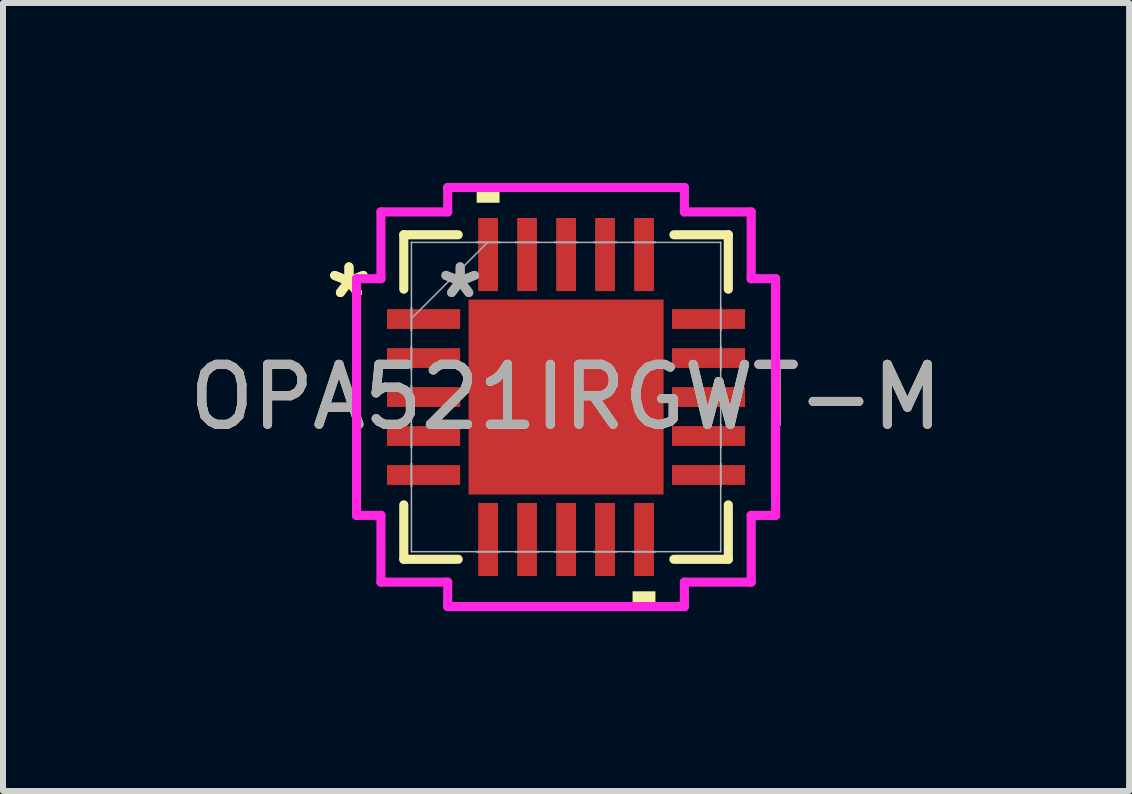
<source format=kicad_pcb>
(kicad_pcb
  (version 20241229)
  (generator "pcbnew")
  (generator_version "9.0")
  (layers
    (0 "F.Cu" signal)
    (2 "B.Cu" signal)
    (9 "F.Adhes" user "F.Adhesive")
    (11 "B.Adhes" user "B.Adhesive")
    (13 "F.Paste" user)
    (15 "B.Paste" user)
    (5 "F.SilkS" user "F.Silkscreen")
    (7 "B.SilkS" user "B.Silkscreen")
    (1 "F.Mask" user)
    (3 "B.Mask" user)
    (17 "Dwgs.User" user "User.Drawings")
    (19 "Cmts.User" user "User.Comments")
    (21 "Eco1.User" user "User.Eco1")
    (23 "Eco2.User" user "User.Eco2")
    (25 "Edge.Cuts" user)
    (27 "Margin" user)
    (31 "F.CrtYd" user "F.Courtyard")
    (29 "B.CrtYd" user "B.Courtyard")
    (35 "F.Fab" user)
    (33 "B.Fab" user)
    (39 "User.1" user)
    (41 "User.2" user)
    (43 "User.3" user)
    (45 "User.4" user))
  (footprint "OPA521IRGWT-M"
    (layer "F.Cu")
    (at 6.387 3.569)
    (property "Reference" "OPA521IRGWT-M" (at 0 0 0) (unlocked yes) (layer "F.SilkS") (effects (font (size 1 1) (thickness 0.15))))
    (attr smd)
    (fp_poly (pts (xy -1.689 -1.689) (xy -1.381 -1.689) (xy -1.381 1.689) (xy -1.689 1.689)) (stroke (width 0) (type solid)) (fill yes) (layer "F.Mask"))
    (fp_poly (pts (xy -1.689 -1.689) (xy 1.689 -1.689) (xy 1.689 -1.381) (xy -1.689 -1.381)) (stroke (width 0) (type solid)) (fill yes) (layer "F.Mask"))
    (fp_poly (pts (xy -1.689 -0.981) (xy 1.689 -0.981) (xy 1.689 -0.594) (xy -1.689 -0.594)) (stroke (width 0) (type solid)) (fill yes) (layer "F.Mask"))
    (fp_poly (pts (xy -1.689 -0.194) (xy 1.689 -0.194) (xy 1.689 0.194) (xy -1.689 0.194)) (stroke (width 0) (type solid)) (fill yes) (layer "F.Mask"))
    (fp_poly (pts (xy -1.689 0.594) (xy 1.689 0.594) (xy 1.689 0.981) (xy -1.689 0.981)) (stroke (width 0) (type solid)) (fill yes) (layer "F.Mask"))
    (fp_poly (pts (xy -1.689 1.381) (xy 1.689 1.381) (xy 1.689 1.689) (xy -1.689 1.689)) (stroke (width 0) (type solid)) (fill yes) (layer "F.Mask"))
    (fp_poly (pts (xy -0.594 -1.689) (xy -0.981 -1.689) (xy -0.981 1.689) (xy -0.594 1.689)) (stroke (width 0) (type solid)) (fill yes) (layer "F.Mask"))
    (fp_poly (pts (xy 0.194 -1.689) (xy -0.194 -1.689) (xy -0.194 1.689) (xy 0.194 1.689)) (stroke (width 0) (type solid)) (fill yes) (layer "F.Mask"))
    (fp_poly (pts (xy 0.981 -1.689) (xy 0.594 -1.689) (xy 0.594 1.689) (xy 0.981 1.689)) (stroke (width 0) (type solid)) (fill yes) (layer "F.Mask"))
    (fp_poly (pts (xy 1.381 -1.689) (xy 1.689 -1.689) (xy 1.689 1.689) (xy 1.381 1.689)) (stroke (width 0) (type solid)) (fill yes) (layer "F.Mask"))
    (fp_line (start -2.705 -2.705) (end -2.705 -1.798) (stroke (width 0.152) (type solid)) (layer "F.SilkS"))
    (fp_line (start -2.705 1.798) (end -2.705 2.705) (stroke (width 0.152) (type solid)) (layer "F.SilkS"))
    (fp_line (start -2.705 2.705) (end -1.798 2.705) (stroke (width 0.152) (type solid)) (layer "F.SilkS"))
    (fp_line (start -1.798 -2.705) (end -2.705 -2.705) (stroke (width 0.152) (type solid)) (layer "F.SilkS"))
    (fp_line (start 1.798 2.705) (end 2.705 2.705) (stroke (width 0.152) (type solid)) (layer "F.SilkS"))
    (fp_line (start 2.705 -2.705) (end 1.798 -2.705) (stroke (width 0.152) (type solid)) (layer "F.SilkS"))
    (fp_line (start 2.705 -1.798) (end 2.705 -2.705) (stroke (width 0.152) (type solid)) (layer "F.SilkS"))
    (fp_line (start 2.705 2.705) (end 2.705 1.798) (stroke (width 0.152) (type solid)) (layer "F.SilkS"))
    (fp_poly (pts (xy -1.49 -3.239) (xy -1.49 -3.493) (xy -1.109 -3.493) (xy -1.109 -3.239)) (stroke (width 0) (type solid)) (fill yes) (layer "F.SilkS"))
    (fp_poly (pts (xy 1.109 3.239) (xy 1.109 3.493) (xy 1.49 3.493) (xy 1.49 3.239)) (stroke (width 0) (type solid)) (fill yes) (layer "F.SilkS"))
    (fp_poly (pts (xy -1.551 -1.551) (xy -1.551 -1.281) (xy -1.423 -1.281) (xy -1.281 -1.423) (xy -1.281 -1.551)) (stroke (width 0) (type solid)) (fill yes) (layer "F.Paste"))
    (fp_poly (pts (xy -1.551 1.281) (xy -1.551 1.551) (xy -1.281 1.551) (xy -1.281 1.423) (xy -1.423 1.281)) (stroke (width 0) (type solid)) (fill yes) (layer "F.Paste"))
    (fp_poly (pts (xy 1.281 -1.551) (xy 1.281 -1.423) (xy 1.423 -1.281) (xy 1.551 -1.281) (xy 1.551 -1.551)) (stroke (width 0) (type solid)) (fill yes) (layer "F.Paste"))
    (fp_poly (pts (xy 1.423 1.281) (xy 1.281 1.423) (xy 1.281 1.551) (xy 1.551 1.551) (xy 1.551 1.281)) (stroke (width 0) (type solid)) (fill yes) (layer "F.Paste"))
    (fp_poly (pts (xy -1.551 -1.081) (xy -1.551 -0.494) (xy -1.423 -0.494) (xy -1.281 -0.635) (xy -1.281 -0.94) (xy -1.423 -1.081)) (stroke (width 0) (type solid)) (fill yes) (layer "F.Paste"))
    (fp_poly (pts (xy -1.551 -0.294) (xy -1.551 0.294) (xy -1.423 0.294) (xy -1.281 0.152) (xy -1.281 -0.152) (xy -1.423 -0.294)) (stroke (width 0) (type solid)) (fill yes) (layer "F.Paste"))
    (fp_poly (pts (xy -1.551 0.494) (xy -1.551 1.081) (xy -1.423 1.081) (xy -1.281 0.94) (xy -1.281 0.635) (xy -1.423 0.494)) (stroke (width 0) (type solid)) (fill yes) (layer "F.Paste"))
    (fp_poly (pts (xy -1.081 -1.551) (xy -1.081 -1.423) (xy -0.94 -1.281) (xy -0.635 -1.281) (xy -0.494 -1.423) (xy -0.494 -1.551)) (stroke (width 0) (type solid)) (fill yes) (layer "F.Paste"))
    (fp_poly (pts (xy -0.94 1.281) (xy -1.081 1.423) (xy -1.081 1.551) (xy -0.494 1.551) (xy -0.494 1.423) (xy -0.635 1.281)) (stroke (width 0) (type solid)) (fill yes) (layer "F.Paste"))
    (fp_poly (pts (xy -0.294 -1.551) (xy -0.294 -1.423) (xy -0.152 -1.281) (xy 0.152 -1.281) (xy 0.294 -1.423) (xy 0.294 -1.551)) (stroke (width 0) (type solid)) (fill yes) (layer "F.Paste"))
    (fp_poly (pts (xy -0.152 1.281) (xy -0.294 1.423) (xy -0.294 1.551) (xy 0.294 1.551) (xy 0.294 1.423) (xy 0.152 1.281)) (stroke (width 0) (type solid)) (fill yes) (layer "F.Paste"))
    (fp_poly (pts (xy 0.494 -1.551) (xy 0.494 -1.423) (xy 0.635 -1.281) (xy 0.94 -1.281) (xy 1.081 -1.423) (xy 1.081 -1.551)) (stroke (width 0) (type solid)) (fill yes) (layer "F.Paste"))
    (fp_poly (pts (xy 0.635 1.281) (xy 0.494 1.423) (xy 0.494 1.551) (xy 1.081 1.551) (xy 1.081 1.423) (xy 0.94 1.281)) (stroke (width 0) (type solid)) (fill yes) (layer "F.Paste"))
    (fp_poly (pts (xy 1.423 -1.081) (xy 1.281 -0.94) (xy 1.281 -0.635) (xy 1.423 -0.494) (xy 1.551 -0.494) (xy 1.551 -1.081)) (stroke (width 0) (type solid)) (fill yes) (layer "F.Paste"))
    (fp_poly (pts (xy 1.423 -0.294) (xy 1.281 -0.152) (xy 1.281 0.152) (xy 1.423 0.294) (xy 1.551 0.294) (xy 1.551 -0.294)) (stroke (width 0) (type solid)) (fill yes) (layer "F.Paste"))
    (fp_poly (pts (xy 1.423 0.494) (xy 1.281 0.635) (xy 1.281 0.94) (xy 1.423 1.081) (xy 1.551 1.081) (xy 1.551 0.494)) (stroke (width 0) (type solid)) (fill yes) (layer "F.Paste"))
    (fp_poly (pts (xy -0.94 -1.081) (xy -1.081 -0.94) (xy -1.081 -0.635) (xy -0.94 -0.494) (xy -0.635 -0.494) (xy -0.494 -0.635) (xy -0.494 -0.94) (xy -0.635 -1.081)) (stroke (width 0) (type solid)) (fill yes) (layer "F.Paste"))
    (fp_poly (pts (xy -0.94 -0.294) (xy -1.081 -0.152) (xy -1.081 0.152) (xy -0.94 0.294) (xy -0.635 0.294) (xy -0.494 0.152) (xy -0.494 -0.152) (xy -0.635 -0.294)) (stroke (width 0) (type solid)) (fill yes) (layer "F.Paste"))
    (fp_poly (pts (xy -0.94 0.494) (xy -1.081 0.635) (xy -1.081 0.94) (xy -0.94 1.081) (xy -0.635 1.081) (xy -0.494 0.94) (xy -0.494 0.635) (xy -0.635 0.494)) (stroke (width 0) (type solid)) (fill yes) (layer "F.Paste"))
    (fp_poly (pts (xy -0.152 -1.081) (xy -0.294 -0.94) (xy -0.294 -0.635) (xy -0.152 -0.494) (xy 0.152 -0.494) (xy 0.294 -0.635) (xy 0.294 -0.94) (xy 0.152 -1.081)) (stroke (width 0) (type solid)) (fill yes) (layer "F.Paste"))
    (fp_poly (pts (xy -0.152 -0.294) (xy -0.294 -0.152) (xy -0.294 0.152) (xy -0.152 0.294) (xy 0.152 0.294) (xy 0.294 0.152) (xy 0.294 -0.152) (xy 0.152 -0.294)) (stroke (width 0) (type solid)) (fill yes) (layer "F.Paste"))
    (fp_poly (pts (xy -0.152 0.494) (xy -0.294 0.635) (xy -0.294 0.94) (xy -0.152 1.081) (xy 0.152 1.081) (xy 0.294 0.94) (xy 0.294 0.635) (xy 0.152 0.494)) (stroke (width 0) (type solid)) (fill yes) (layer "F.Paste"))
    (fp_poly (pts (xy 0.635 -1.081) (xy 0.494 -0.94) (xy 0.494 -0.635) (xy 0.635 -0.494) (xy 0.94 -0.494) (xy 1.081 -0.635) (xy 1.081 -0.94) (xy 0.94 -1.081)) (stroke (width 0) (type solid)) (fill yes) (layer "F.Paste"))
    (fp_poly (pts (xy 0.635 -0.294) (xy 0.494 -0.152) (xy 0.494 0.152) (xy 0.635 0.294) (xy 0.94 0.294) (xy 1.081 0.152) (xy 1.081 -0.152) (xy 0.94 -0.294)) (stroke (width 0) (type solid)) (fill yes) (layer "F.Paste"))
    (fp_poly (pts (xy 0.635 0.494) (xy 0.494 0.635) (xy 0.494 0.94) (xy 0.635 1.081) (xy 0.94 1.081) (xy 1.081 0.94) (xy 1.081 0.635) (xy 0.94 0.494)) (stroke (width 0) (type solid)) (fill yes) (layer "F.Paste"))
    (fp_circle (center -1.181 -1.181) (end -0.8 -1.181) (stroke (width 0.254) (type solid)) (fill no) (layer "Eco1.User"))
    (fp_circle (center -1.181 -0.394) (end -0.8 -0.394) (stroke (width 0.254) (type solid)) (fill no) (layer "Eco1.User"))
    (fp_circle (center -1.181 0.394) (end -0.8 0.394) (stroke (width 0.254) (type solid)) (fill no) (layer "Eco1.User"))
    (fp_circle (center -1.181 1.181) (end -0.8 1.181) (stroke (width 0.254) (type solid)) (fill no) (layer "Eco1.User"))
    (fp_circle (center -0.394 -1.181) (end -0.013 -1.181) (stroke (width 0.254) (type solid)) (fill no) (layer "Eco1.User"))
    (fp_circle (center -0.394 -0.394) (end -0.013 -0.394) (stroke (width 0.254) (type solid)) (fill no) (layer "Eco1.User"))
    (fp_circle (center -0.394 0.394) (end -0.013 0.394) (stroke (width 0.254) (type solid)) (fill no) (layer "Eco1.User"))
    (fp_circle (center -0.394 1.181) (end -0.013 1.181) (stroke (width 0.254) (type solid)) (fill no) (layer "Eco1.User"))
    (fp_circle (center 0.394 -1.181) (end 0.775 -1.181) (stroke (width 0.254) (type solid)) (fill no) (layer "Eco1.User"))
    (fp_circle (center 0.394 -0.394) (end 0.775 -0.394) (stroke (width 0.254) (type solid)) (fill no) (layer "Eco1.User"))
    (fp_circle (center 0.394 0.394) (end 0.775 0.394) (stroke (width 0.254) (type solid)) (fill no) (layer "Eco1.User"))
    (fp_circle (center 0.394 1.181) (end 0.775 1.181) (stroke (width 0.254) (type solid)) (fill no) (layer "Eco1.User"))
    (fp_circle (center 1.181 -1.181) (end 1.562 -1.181) (stroke (width 0.254) (type solid)) (fill no) (layer "Eco1.User"))
    (fp_circle (center 1.181 -0.394) (end 1.562 -0.394) (stroke (width 0.254) (type solid)) (fill no) (layer "Eco1.User"))
    (fp_circle (center 1.181 0.394) (end 1.562 0.394) (stroke (width 0.254) (type solid)) (fill no) (layer "Eco1.User"))
    (fp_circle (center 1.181 1.181) (end 1.562 1.181) (stroke (width 0.254) (type solid)) (fill no) (layer "Eco1.User"))
    (fp_line (start -3.493 -1.973) (end -3.086 -1.973) (stroke (width 0.152) (type solid)) (layer "F.CrtYd"))
    (fp_line (start -3.493 1.973) (end -3.493 -1.973) (stroke (width 0.152) (type solid)) (layer "F.CrtYd"))
    (fp_line (start -3.086 -3.086) (end -1.973 -3.086) (stroke (width 0.152) (type solid)) (layer "F.CrtYd"))
    (fp_line (start -3.086 -1.973) (end -3.086 -3.086) (stroke (width 0.152) (type solid)) (layer "F.CrtYd"))
    (fp_line (start -3.086 1.973) (end -3.493 1.973) (stroke (width 0.152) (type solid)) (layer "F.CrtYd"))
    (fp_line (start -3.086 3.086) (end -3.086 1.973) (stroke (width 0.152) (type solid)) (layer "F.CrtYd"))
    (fp_line (start -1.973 -3.493) (end 1.973 -3.493) (stroke (width 0.152) (type solid)) (layer "F.CrtYd"))
    (fp_line (start -1.973 -3.086) (end -1.973 -3.493) (stroke (width 0.152) (type solid)) (layer "F.CrtYd"))
    (fp_line (start -1.973 3.086) (end -3.086 3.086) (stroke (width 0.152) (type solid)) (layer "F.CrtYd"))
    (fp_line (start -1.973 3.493) (end -1.973 3.086) (stroke (width 0.152) (type solid)) (layer "F.CrtYd"))
    (fp_line (start 1.973 -3.493) (end 1.973 -3.086) (stroke (width 0.152) (type solid)) (layer "F.CrtYd"))
    (fp_line (start 1.973 -3.086) (end 3.086 -3.086) (stroke (width 0.152) (type solid)) (layer "F.CrtYd"))
    (fp_line (start 1.973 3.086) (end 1.973 3.493) (stroke (width 0.152) (type solid)) (layer "F.CrtYd"))
    (fp_line (start 1.973 3.493) (end -1.973 3.493) (stroke (width 0.152) (type solid)) (layer "F.CrtYd"))
    (fp_line (start 3.086 -3.086) (end 3.086 -1.973) (stroke (width 0.152) (type solid)) (layer "F.CrtYd"))
    (fp_line (start 3.086 -1.973) (end 3.493 -1.973) (stroke (width 0.152) (type solid)) (layer "F.CrtYd"))
    (fp_line (start 3.086 1.973) (end 3.086 3.086) (stroke (width 0.152) (type solid)) (layer "F.CrtYd"))
    (fp_line (start 3.086 3.086) (end 1.973 3.086) (stroke (width 0.152) (type solid)) (layer "F.CrtYd"))
    (fp_line (start 3.493 -1.973) (end 3.493 1.973) (stroke (width 0.152) (type solid)) (layer "F.CrtYd"))
    (fp_line (start 3.493 1.973) (end 3.086 1.973) (stroke (width 0.152) (type solid)) (layer "F.CrtYd"))
    (fp_line (start -2.578 -2.578) (end -2.578 -2.578) (stroke (width 0.025) (type solid)) (layer "F.Fab"))
    (fp_line (start -2.578 -2.578) (end -2.578 2.578) (stroke (width 0.025) (type solid)) (layer "F.Fab"))
    (fp_line (start -2.578 -1.49) (end -2.578 -1.49) (stroke (width 0.025) (type solid)) (layer "F.Fab"))
    (fp_line (start -2.578 -1.49) (end -2.578 -1.109) (stroke (width 0.025) (type solid)) (layer "F.Fab"))
    (fp_line (start -2.578 -1.308) (end -1.308 -2.578) (stroke (width 0.025) (type solid)) (layer "F.Fab"))
    (fp_line (start -2.578 -1.109) (end -2.578 -1.49) (stroke (width 0.025) (type solid)) (layer "F.Fab"))
    (fp_line (start -2.578 -1.109) (end -2.578 -1.109) (stroke (width 0.025) (type solid)) (layer "F.Fab"))
    (fp_line (start -2.578 -0.841) (end -2.578 -0.841) (stroke (width 0.025) (type solid)) (layer "F.Fab"))
    (fp_line (start -2.578 -0.841) (end -2.578 -0.46) (stroke (width 0.025) (type solid)) (layer "F.Fab"))
    (fp_line (start -2.578 -0.46) (end -2.578 -0.841) (stroke (width 0.025) (type solid)) (layer "F.Fab"))
    (fp_line (start -2.578 -0.46) (end -2.578 -0.46) (stroke (width 0.025) (type solid)) (layer "F.Fab"))
    (fp_line (start -2.578 -0.191) (end -2.578 -0.191) (stroke (width 0.025) (type solid)) (layer "F.Fab"))
    (fp_line (start -2.578 -0.191) (end -2.578 0.191) (stroke (width 0.025) (type solid)) (layer "F.Fab"))
    (fp_line (start -2.578 0.191) (end -2.578 -0.191) (stroke (width 0.025) (type solid)) (layer "F.Fab"))
    (fp_line (start -2.578 0.191) (end -2.578 0.191) (stroke (width 0.025) (type solid)) (layer "F.Fab"))
    (fp_line (start -2.578 0.46) (end -2.578 0.46) (stroke (width 0.025) (type solid)) (layer "F.Fab"))
    (fp_line (start -2.578 0.46) (end -2.578 0.841) (stroke (width 0.025) (type solid)) (layer "F.Fab"))
    (fp_line (start -2.578 0.841) (end -2.578 0.46) (stroke (width 0.025) (type solid)) (layer "F.Fab"))
    (fp_line (start -2.578 0.841) (end -2.578 0.841) (stroke (width 0.025) (type solid)) (layer "F.Fab"))
    (fp_line (start -2.578 1.109) (end -2.578 1.109) (stroke (width 0.025) (type solid)) (layer "F.Fab"))
    (fp_line (start -2.578 1.109) (end -2.578 1.49) (stroke (width 0.025) (type solid)) (layer "F.Fab"))
    (fp_line (start -2.578 1.49) (end -2.578 1.109) (stroke (width 0.025) (type solid)) (layer "F.Fab"))
    (fp_line (start -2.578 1.49) (end -2.578 1.49) (stroke (width 0.025) (type solid)) (layer "F.Fab"))
    (fp_line (start -2.578 2.578) (end -2.578 2.578) (stroke (width 0.025) (type solid)) (layer "F.Fab"))
    (fp_line (start -2.578 2.578) (end 2.578 2.578) (stroke (width 0.025) (type solid)) (layer "F.Fab"))
    (fp_line (start -1.49 -2.578) (end -1.49 -2.578) (stroke (width 0.025) (type solid)) (layer "F.Fab"))
    (fp_line (start -1.49 -2.578) (end -1.109 -2.578) (stroke (width 0.025) (type solid)) (layer "F.Fab"))
    (fp_line (start -1.49 2.578) (end -1.49 2.578) (stroke (width 0.025) (type solid)) (layer "F.Fab"))
    (fp_line (start -1.49 2.578) (end -1.109 2.578) (stroke (width 0.025) (type solid)) (layer "F.Fab"))
    (fp_line (start -1.109 -2.578) (end -1.49 -2.578) (stroke (width 0.025) (type solid)) (layer "F.Fab"))
    (fp_line (start -1.109 -2.578) (end -1.109 -2.578) (stroke (width 0.025) (type solid)) (layer "F.Fab"))
    (fp_line (start -1.109 2.578) (end -1.49 2.578) (stroke (width 0.025) (type solid)) (layer "F.Fab"))
    (fp_line (start -1.109 2.578) (end -1.109 2.578) (stroke (width 0.025) (type solid)) (layer "F.Fab"))
    (fp_line (start -0.841 -2.578) (end -0.841 -2.578) (stroke (width 0.025) (type solid)) (layer "F.Fab"))
    (fp_line (start -0.841 -2.578) (end -0.46 -2.578) (stroke (width 0.025) (type solid)) (layer "F.Fab"))
    (fp_line (start -0.841 2.578) (end -0.841 2.578) (stroke (width 0.025) (type solid)) (layer "F.Fab"))
    (fp_line (start -0.841 2.578) (end -0.46 2.578) (stroke (width 0.025) (type solid)) (layer "F.Fab"))
    (fp_line (start -0.46 -2.578) (end -0.841 -2.578) (stroke (width 0.025) (type solid)) (layer "F.Fab"))
    (fp_line (start -0.46 -2.578) (end -0.46 -2.578) (stroke (width 0.025) (type solid)) (layer "F.Fab"))
    (fp_line (start -0.46 2.578) (end -0.841 2.578) (stroke (width 0.025) (type solid)) (layer "F.Fab"))
    (fp_line (start -0.46 2.578) (end -0.46 2.578) (stroke (width 0.025) (type solid)) (layer "F.Fab"))
    (fp_line (start -0.191 -2.578) (end -0.191 -2.578) (stroke (width 0.025) (type solid)) (layer "F.Fab"))
    (fp_line (start -0.191 -2.578) (end 0.191 -2.578) (stroke (width 0.025) (type solid)) (layer "F.Fab"))
    (fp_line (start -0.191 2.578) (end -0.191 2.578) (stroke (width 0.025) (type solid)) (layer "F.Fab"))
    (fp_line (start -0.191 2.578) (end 0.191 2.578) (stroke (width 0.025) (type solid)) (layer "F.Fab"))
    (fp_line (start 0.191 -2.578) (end -0.191 -2.578) (stroke (width 0.025) (type solid)) (layer "F.Fab"))
    (fp_line (start 0.191 -2.578) (end 0.191 -2.578) (stroke (width 0.025) (type solid)) (layer "F.Fab"))
    (fp_line (start 0.191 2.578) (end -0.191 2.578) (stroke (width 0.025) (type solid)) (layer "F.Fab"))
    (fp_line (start 0.191 2.578) (end 0.191 2.578) (stroke (width 0.025) (type solid)) (layer "F.Fab"))
    (fp_line (start 0.46 -2.578) (end 0.46 -2.578) (stroke (width 0.025) (type solid)) (layer "F.Fab"))
    (fp_line (start 0.46 -2.578) (end 0.841 -2.578) (stroke (width 0.025) (type solid)) (layer "F.Fab"))
    (fp_line (start 0.46 2.578) (end 0.46 2.578) (stroke (width 0.025) (type solid)) (layer "F.Fab"))
    (fp_line (start 0.46 2.578) (end 0.841 2.578) (stroke (width 0.025) (type solid)) (layer "F.Fab"))
    (fp_line (start 0.841 -2.578) (end 0.46 -2.578) (stroke (width 0.025) (type solid)) (layer "F.Fab"))
    (fp_line (start 0.841 -2.578) (end 0.841 -2.578) (stroke (width 0.025) (type solid)) (layer "F.Fab"))
    (fp_line (start 0.841 2.578) (end 0.46 2.578) (stroke (width 0.025) (type solid)) (layer "F.Fab"))
    (fp_line (start 0.841 2.578) (end 0.841 2.578) (stroke (width 0.025) (type solid)) (layer "F.Fab"))
    (fp_line (start 1.109 -2.578) (end 1.109 -2.578) (stroke (width 0.025) (type solid)) (layer "F.Fab"))
    (fp_line (start 1.109 -2.578) (end 1.49 -2.578) (stroke (width 0.025) (type solid)) (layer "F.Fab"))
    (fp_line (start 1.109 2.578) (end 1.109 2.578) (stroke (width 0.025) (type solid)) (layer "F.Fab"))
    (fp_line (start 1.109 2.578) (end 1.49 2.578) (stroke (width 0.025) (type solid)) (layer "F.Fab"))
    (fp_line (start 1.49 -2.578) (end 1.109 -2.578) (stroke (width 0.025) (type solid)) (layer "F.Fab"))
    (fp_line (start 1.49 -2.578) (end 1.49 -2.578) (stroke (width 0.025) (type solid)) (layer "F.Fab"))
    (fp_line (start 1.49 2.578) (end 1.109 2.578) (stroke (width 0.025) (type solid)) (layer "F.Fab"))
    (fp_line (start 1.49 2.578) (end 1.49 2.578) (stroke (width 0.025) (type solid)) (layer "F.Fab"))
    (fp_line (start 2.578 -2.578) (end -2.578 -2.578) (stroke (width 0.025) (type solid)) (layer "F.Fab"))
    (fp_line (start 2.578 -2.578) (end 2.578 -2.578) (stroke (width 0.025) (type solid)) (layer "F.Fab"))
    (fp_line (start 2.578 -1.49) (end 2.578 -1.49) (stroke (width 0.025) (type solid)) (layer "F.Fab"))
    (fp_line (start 2.578 -1.49) (end 2.578 -1.109) (stroke (width 0.025) (type solid)) (layer "F.Fab"))
    (fp_line (start 2.578 -1.109) (end 2.578 -1.49) (stroke (width 0.025) (type solid)) (layer "F.Fab"))
    (fp_line (start 2.578 -1.109) (end 2.578 -1.109) (stroke (width 0.025) (type solid)) (layer "F.Fab"))
    (fp_line (start 2.578 -0.841) (end 2.578 -0.841) (stroke (width 0.025) (type solid)) (layer "F.Fab"))
    (fp_line (start 2.578 -0.841) (end 2.578 -0.46) (stroke (width 0.025) (type solid)) (layer "F.Fab"))
    (fp_line (start 2.578 -0.46) (end 2.578 -0.841) (stroke (width 0.025) (type solid)) (layer "F.Fab"))
    (fp_line (start 2.578 -0.46) (end 2.578 -0.46) (stroke (width 0.025) (type solid)) (layer "F.Fab"))
    (fp_line (start 2.578 -0.191) (end 2.578 -0.191) (stroke (width 0.025) (type solid)) (layer "F.Fab"))
    (fp_line (start 2.578 -0.191) (end 2.578 0.191) (stroke (width 0.025) (type solid)) (layer "F.Fab"))
    (fp_line (start 2.578 0.191) (end 2.578 -0.191) (stroke (width 0.025) (type solid)) (layer "F.Fab"))
    (fp_line (start 2.578 0.191) (end 2.578 0.191) (stroke (width 0.025) (type solid)) (layer "F.Fab"))
    (fp_line (start 2.578 0.46) (end 2.578 0.46) (stroke (width 0.025) (type solid)) (layer "F.Fab"))
    (fp_line (start 2.578 0.46) (end 2.578 0.841) (stroke (width 0.025) (type solid)) (layer "F.Fab"))
    (fp_line (start 2.578 0.841) (end 2.578 0.46) (stroke (width 0.025) (type solid)) (layer "F.Fab"))
    (fp_line (start 2.578 0.841) (end 2.578 0.841) (stroke (width 0.025) (type solid)) (layer "F.Fab"))
    (fp_line (start 2.578 1.109) (end 2.578 1.109) (stroke (width 0.025) (type solid)) (layer "F.Fab"))
    (fp_line (start 2.578 1.109) (end 2.578 1.49) (stroke (width 0.025) (type solid)) (layer "F.Fab"))
    (fp_line (start 2.578 1.49) (end 2.578 1.109) (stroke (width 0.025) (type solid)) (layer "F.Fab"))
    (fp_line (start 2.578 1.49) (end 2.578 1.49) (stroke (width 0.025) (type solid)) (layer "F.Fab"))
    (fp_line (start 2.578 2.578) (end 2.578 -2.578) (stroke (width 0.025) (type solid)) (layer "F.Fab"))
    (fp_line (start 2.578 2.578) (end 2.578 2.578) (stroke (width 0.025) (type solid)) (layer "F.Fab"))
    (fp_text user "*" (at -3.619 -1.625 0) (unlocked yes) (layer "F.SilkS") (effects (font (size 1 1) (thickness 0.15))))
    (fp_text user "*" (at -3.619 -1.625 0) (layer "F.SilkS") (effects (font (size 1 1) (thickness 0.15))))
    (fp_text user "${REFERENCE}" (at 0 0 0) (unlocked yes) (layer "F.Fab") (effects (font (size 1 1) (thickness 0.15))))
    (fp_text user "*" (at -1.765 -1.625 0) (layer "F.Fab") (effects (font (size 1 1) (thickness 0.15))))
    (fp_text user "*" (at -1.765 -1.625 0) (unlocked yes) (layer "F.Fab") (effects (font (size 1 1) (thickness 0.15))))
    (pad "1" smd rect (at -2.375 -1.3 90) (size 0.33 1.219) (layers "F.Cu" "F.Mask" "F.Paste"))
    (pad "2" smd rect (at -2.375 -0.65 90) (size 0.33 1.219) (layers "F.Cu" "F.Mask" "F.Paste"))
    (pad "3" smd rect (at -2.375 0 90) (size 0.33 1.219) (layers "F.Cu" "F.Mask" "F.Paste"))
    (pad "4" smd rect (at -2.375 0.65 90) (size 0.33 1.219) (layers "F.Cu" "F.Mask" "F.Paste"))
    (pad "5" smd rect (at -2.375 1.3 90) (size 0.33 1.219) (layers "F.Cu" "F.Mask" "F.Paste"))
    (pad "6" smd rect (at -1.3 2.375) (size 0.33 1.219) (layers "F.Cu" "F.Mask" "F.Paste"))
    (pad "7" smd rect (at -0.65 2.375) (size 0.33 1.219) (layers "F.Cu" "F.Mask" "F.Paste"))
    (pad "8" smd rect (at 0 2.375) (size 0.33 1.219) (layers "F.Cu" "F.Mask" "F.Paste"))
    (pad "9" smd rect (at 0.65 2.375) (size 0.33 1.219) (layers "F.Cu" "F.Mask" "F.Paste"))
    (pad "10" smd rect (at 1.3 2.375) (size 0.33 1.219) (layers "F.Cu" "F.Mask" "F.Paste"))
    (pad "11" smd rect (at 2.375 1.3 90) (size 0.33 1.219) (layers "F.Cu" "F.Mask" "F.Paste"))
    (pad "12" smd rect (at 2.375 0.65 90) (size 0.33 1.219) (layers "F.Cu" "F.Mask" "F.Paste"))
    (pad "13" smd rect (at 2.375 0 90) (size 0.33 1.219) (layers "F.Cu" "F.Mask" "F.Paste"))
    (pad "14" smd rect (at 2.375 -0.65 90) (size 0.33 1.219) (layers "F.Cu" "F.Mask" "F.Paste"))
    (pad "15" smd rect (at 2.375 -1.3 90) (size 0.33 1.219) (layers "F.Cu" "F.Mask" "F.Paste"))
    (pad "16" smd rect (at 1.3 -2.375) (size 0.33 1.219) (layers "F.Cu" "F.Mask" "F.Paste"))
    (pad "17" smd rect (at 0.65 -2.375) (size 0.33 1.219) (layers "F.Cu" "F.Mask" "F.Paste"))
    (pad "18" smd rect (at 0 -2.375) (size 0.33 1.219) (layers "F.Cu" "F.Mask" "F.Paste"))
    (pad "19" smd rect (at -0.65 -2.375) (size 0.33 1.219) (layers "F.Cu" "F.Mask" "F.Paste"))
    (pad "20" smd rect (at -1.3 -2.375) (size 0.33 1.219) (layers "F.Cu" "F.Mask" "F.Paste"))
    (pad "21" smd rect (at 0 0) (size 3.251 3.251) (layers "F.Cu")))
  (gr_rect
    (start -3 -3)
    (end 15.774 10.137)
    (stroke (width 0.1) (type default))
    (fill no)
    (layer "Edge.Cuts")))
</source>
